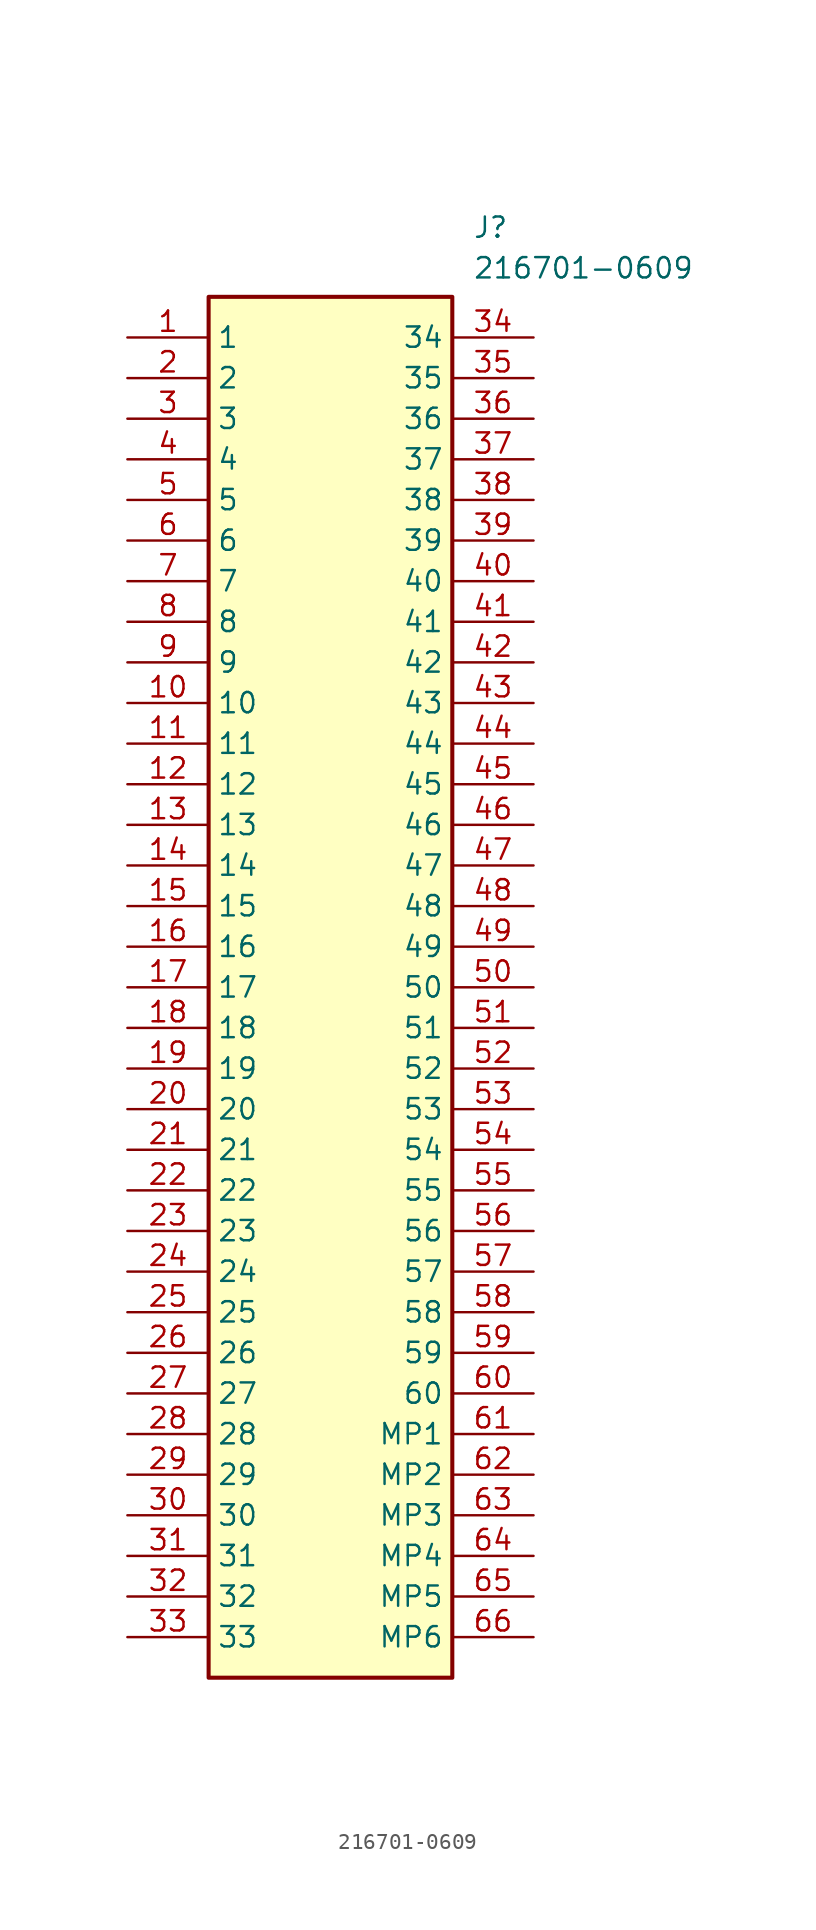
<source format=kicad_sym>
(kicad_symbol_lib
  (version 20211014)
  (generator SamacSys_ECAD_Model)
  (symbol "216701-0609"
    (property "Reference" "J"
      (at 21.59 7.62 0)
      (effects (font (size 1.27 1.27)) (justify left top)))
    (property "Value" "216701-0609"
      (at 21.59 5.08 0)
      (effects (font (size 1.27 1.27)) (justify left top)))
    (rectangle
      (start 5.08 2.54)
      (end 20.32 -83.82)
      (stroke (width 0.254) (type default))
      (fill (type background)))
    (pin passive line
      (at 0 0 0)
      (length 5.08)
      (name "1" (effects (font (size 1.27 1.27))))
      (number "1" (effects (font (size 1.27 1.27)))))
    (pin passive line
      (at 0 -2.54 0)
      (length 5.08)
      (name "2" (effects (font (size 1.27 1.27))))
      (number "2" (effects (font (size 1.27 1.27)))))
    (pin passive line
      (at 0 -5.08 0)
      (length 5.08)
      (name "3" (effects (font (size 1.27 1.27))))
      (number "3" (effects (font (size 1.27 1.27)))))
    (pin passive line
      (at 0 -7.62 0)
      (length 5.08)
      (name "4" (effects (font (size 1.27 1.27))))
      (number "4" (effects (font (size 1.27 1.27)))))
    (pin passive line
      (at 0 -10.16 0)
      (length 5.08)
      (name "5" (effects (font (size 1.27 1.27))))
      (number "5" (effects (font (size 1.27 1.27)))))
    (pin passive line
      (at 0 -12.7 0)
      (length 5.08)
      (name "6" (effects (font (size 1.27 1.27))))
      (number "6" (effects (font (size 1.27 1.27)))))
    (pin passive line
      (at 0 -15.24 0)
      (length 5.08)
      (name "7" (effects (font (size 1.27 1.27))))
      (number "7" (effects (font (size 1.27 1.27)))))
    (pin passive line
      (at 0 -17.78 0)
      (length 5.08)
      (name "8" (effects (font (size 1.27 1.27))))
      (number "8" (effects (font (size 1.27 1.27)))))
    (pin passive line
      (at 0 -20.32 0)
      (length 5.08)
      (name "9" (effects (font (size 1.27 1.27))))
      (number "9" (effects (font (size 1.27 1.27)))))
    (pin passive line
      (at 0 -22.86 0)
      (length 5.08)
      (name "10" (effects (font (size 1.27 1.27))))
      (number "10" (effects (font (size 1.27 1.27)))))
    (pin passive line
      (at 0 -25.4 0)
      (length 5.08)
      (name "11" (effects (font (size 1.27 1.27))))
      (number "11" (effects (font (size 1.27 1.27)))))
    (pin passive line
      (at 0 -27.94 0)
      (length 5.08)
      (name "12" (effects (font (size 1.27 1.27))))
      (number "12" (effects (font (size 1.27 1.27)))))
    (pin passive line
      (at 0 -30.48 0)
      (length 5.08)
      (name "13" (effects (font (size 1.27 1.27))))
      (number "13" (effects (font (size 1.27 1.27)))))
    (pin passive line
      (at 0 -33.02 0)
      (length 5.08)
      (name "14" (effects (font (size 1.27 1.27))))
      (number "14" (effects (font (size 1.27 1.27)))))
    (pin passive line
      (at 0 -35.56 0)
      (length 5.08)
      (name "15" (effects (font (size 1.27 1.27))))
      (number "15" (effects (font (size 1.27 1.27)))))
    (pin passive line
      (at 0 -38.1 0)
      (length 5.08)
      (name "16" (effects (font (size 1.27 1.27))))
      (number "16" (effects (font (size 1.27 1.27)))))
    (pin passive line
      (at 0 -40.64 0)
      (length 5.08)
      (name "17" (effects (font (size 1.27 1.27))))
      (number "17" (effects (font (size 1.27 1.27)))))
    (pin passive line
      (at 0 -43.18 0)
      (length 5.08)
      (name "18" (effects (font (size 1.27 1.27))))
      (number "18" (effects (font (size 1.27 1.27)))))
    (pin passive line
      (at 0 -45.72 0)
      (length 5.08)
      (name "19" (effects (font (size 1.27 1.27))))
      (number "19" (effects (font (size 1.27 1.27)))))
    (pin passive line
      (at 0 -48.26 0)
      (length 5.08)
      (name "20" (effects (font (size 1.27 1.27))))
      (number "20" (effects (font (size 1.27 1.27)))))
    (pin passive line
      (at 0 -50.8 0)
      (length 5.08)
      (name "21" (effects (font (size 1.27 1.27))))
      (number "21" (effects (font (size 1.27 1.27)))))
    (pin passive line
      (at 0 -53.34 0)
      (length 5.08)
      (name "22" (effects (font (size 1.27 1.27))))
      (number "22" (effects (font (size 1.27 1.27)))))
    (pin passive line
      (at 0 -55.88 0)
      (length 5.08)
      (name "23" (effects (font (size 1.27 1.27))))
      (number "23" (effects (font (size 1.27 1.27)))))
    (pin passive line
      (at 0 -58.42 0)
      (length 5.08)
      (name "24" (effects (font (size 1.27 1.27))))
      (number "24" (effects (font (size 1.27 1.27)))))
    (pin passive line
      (at 0 -60.96 0)
      (length 5.08)
      (name "25" (effects (font (size 1.27 1.27))))
      (number "25" (effects (font (size 1.27 1.27)))))
    (pin passive line
      (at 0 -63.5 0)
      (length 5.08)
      (name "26" (effects (font (size 1.27 1.27))))
      (number "26" (effects (font (size 1.27 1.27)))))
    (pin passive line
      (at 0 -66.04 0)
      (length 5.08)
      (name "27" (effects (font (size 1.27 1.27))))
      (number "27" (effects (font (size 1.27 1.27)))))
    (pin passive line
      (at 0 -68.58 0)
      (length 5.08)
      (name "28" (effects (font (size 1.27 1.27))))
      (number "28" (effects (font (size 1.27 1.27)))))
    (pin passive line
      (at 0 -71.12 0)
      (length 5.08)
      (name "29" (effects (font (size 1.27 1.27))))
      (number "29" (effects (font (size 1.27 1.27)))))
    (pin passive line
      (at 0 -73.66 0)
      (length 5.08)
      (name "30" (effects (font (size 1.27 1.27))))
      (number "30" (effects (font (size 1.27 1.27)))))
    (pin passive line
      (at 0 -76.2 0)
      (length 5.08)
      (name "31" (effects (font (size 1.27 1.27))))
      (number "31" (effects (font (size 1.27 1.27)))))
    (pin passive line
      (at 0 -78.74 0)
      (length 5.08)
      (name "32" (effects (font (size 1.27 1.27))))
      (number "32" (effects (font (size 1.27 1.27)))))
    (pin passive line
      (at 0 -81.28 0)
      (length 5.08)
      (name "33" (effects (font (size 1.27 1.27))))
      (number "33" (effects (font (size 1.27 1.27)))))
    (pin passive line
      (at 25.4 0 180)
      (length 5.08)
      (name "34" (effects (font (size 1.27 1.27))))
      (number "34" (effects (font (size 1.27 1.27)))))
    (pin passive line
      (at 25.4 -2.54 180)
      (length 5.08)
      (name "35" (effects (font (size 1.27 1.27))))
      (number "35" (effects (font (size 1.27 1.27)))))
    (pin passive line
      (at 25.4 -5.08 180)
      (length 5.08)
      (name "36" (effects (font (size 1.27 1.27))))
      (number "36" (effects (font (size 1.27 1.27)))))
    (pin passive line
      (at 25.4 -7.62 180)
      (length 5.08)
      (name "37" (effects (font (size 1.27 1.27))))
      (number "37" (effects (font (size 1.27 1.27)))))
    (pin passive line
      (at 25.4 -10.16 180)
      (length 5.08)
      (name "38" (effects (font (size 1.27 1.27))))
      (number "38" (effects (font (size 1.27 1.27)))))
    (pin passive line
      (at 25.4 -12.7 180)
      (length 5.08)
      (name "39" (effects (font (size 1.27 1.27))))
      (number "39" (effects (font (size 1.27 1.27)))))
    (pin passive line
      (at 25.4 -15.24 180)
      (length 5.08)
      (name "40" (effects (font (size 1.27 1.27))))
      (number "40" (effects (font (size 1.27 1.27)))))
    (pin passive line
      (at 25.4 -17.78 180)
      (length 5.08)
      (name "41" (effects (font (size 1.27 1.27))))
      (number "41" (effects (font (size 1.27 1.27)))))
    (pin passive line
      (at 25.4 -20.32 180)
      (length 5.08)
      (name "42" (effects (font (size 1.27 1.27))))
      (number "42" (effects (font (size 1.27 1.27)))))
    (pin passive line
      (at 25.4 -22.86 180)
      (length 5.08)
      (name "43" (effects (font (size 1.27 1.27))))
      (number "43" (effects (font (size 1.27 1.27)))))
    (pin passive line
      (at 25.4 -25.4 180)
      (length 5.08)
      (name "44" (effects (font (size 1.27 1.27))))
      (number "44" (effects (font (size 1.27 1.27)))))
    (pin passive line
      (at 25.4 -27.94 180)
      (length 5.08)
      (name "45" (effects (font (size 1.27 1.27))))
      (number "45" (effects (font (size 1.27 1.27)))))
    (pin passive line
      (at 25.4 -30.48 180)
      (length 5.08)
      (name "46" (effects (font (size 1.27 1.27))))
      (number "46" (effects (font (size 1.27 1.27)))))
    (pin passive line
      (at 25.4 -33.02 180)
      (length 5.08)
      (name "47" (effects (font (size 1.27 1.27))))
      (number "47" (effects (font (size 1.27 1.27)))))
    (pin passive line
      (at 25.4 -35.56 180)
      (length 5.08)
      (name "48" (effects (font (size 1.27 1.27))))
      (number "48" (effects (font (size 1.27 1.27)))))
    (pin passive line
      (at 25.4 -38.1 180)
      (length 5.08)
      (name "49" (effects (font (size 1.27 1.27))))
      (number "49" (effects (font (size 1.27 1.27)))))
    (pin passive line
      (at 25.4 -40.64 180)
      (length 5.08)
      (name "50" (effects (font (size 1.27 1.27))))
      (number "50" (effects (font (size 1.27 1.27)))))
    (pin passive line
      (at 25.4 -43.18 180)
      (length 5.08)
      (name "51" (effects (font (size 1.27 1.27))))
      (number "51" (effects (font (size 1.27 1.27)))))
    (pin passive line
      (at 25.4 -45.72 180)
      (length 5.08)
      (name "52" (effects (font (size 1.27 1.27))))
      (number "52" (effects (font (size 1.27 1.27)))))
    (pin passive line
      (at 25.4 -48.26 180)
      (length 5.08)
      (name "53" (effects (font (size 1.27 1.27))))
      (number "53" (effects (font (size 1.27 1.27)))))
    (pin passive line
      (at 25.4 -50.8 180)
      (length 5.08)
      (name "54" (effects (font (size 1.27 1.27))))
      (number "54" (effects (font (size 1.27 1.27)))))
    (pin passive line
      (at 25.4 -53.34 180)
      (length 5.08)
      (name "55" (effects (font (size 1.27 1.27))))
      (number "55" (effects (font (size 1.27 1.27)))))
    (pin passive line
      (at 25.4 -55.88 180)
      (length 5.08)
      (name "56" (effects (font (size 1.27 1.27))))
      (number "56" (effects (font (size 1.27 1.27)))))
    (pin passive line
      (at 25.4 -58.42 180)
      (length 5.08)
      (name "57" (effects (font (size 1.27 1.27))))
      (number "57" (effects (font (size 1.27 1.27)))))
    (pin passive line
      (at 25.4 -60.96 180)
      (length 5.08)
      (name "58" (effects (font (size 1.27 1.27))))
      (number "58" (effects (font (size 1.27 1.27)))))
    (pin passive line
      (at 25.4 -63.5 180)
      (length 5.08)
      (name "59" (effects (font (size 1.27 1.27))))
      (number "59" (effects (font (size 1.27 1.27)))))
    (pin passive line
      (at 25.4 -66.04 180)
      (length 5.08)
      (name "60" (effects (font (size 1.27 1.27))))
      (number "60" (effects (font (size 1.27 1.27)))))
    (pin passive line
      (at 25.4 -68.58 180)
      (length 5.08)
      (name "MP1" (effects (font (size 1.27 1.27))))
      (number "61" (effects (font (size 1.27 1.27)))))
    (pin passive line
      (at 25.4 -71.12 180)
      (length 5.08)
      (name "MP2" (effects (font (size 1.27 1.27))))
      (number "62" (effects (font (size 1.27 1.27)))))
    (pin passive line
      (at 25.4 -73.66 180)
      (length 5.08)
      (name "MP3" (effects (font (size 1.27 1.27))))
      (number "63" (effects (font (size 1.27 1.27)))))
    (pin passive line
      (at 25.4 -76.2 180)
      (length 5.08)
      (name "MP4" (effects (font (size 1.27 1.27))))
      (number "64" (effects (font (size 1.27 1.27)))))
    (pin passive line
      (at 25.4 -78.74 180)
      (length 5.08)
      (name "MP5" (effects (font (size 1.27 1.27))))
      (number "65" (effects (font (size 1.27 1.27)))))
    (pin passive line
      (at 25.4 -81.28 180)
      (length 5.08)
      (name "MP6" (effects (font (size 1.27 1.27))))
      (number "66" (effects (font (size 1.27 1.27)))))))
</source>
